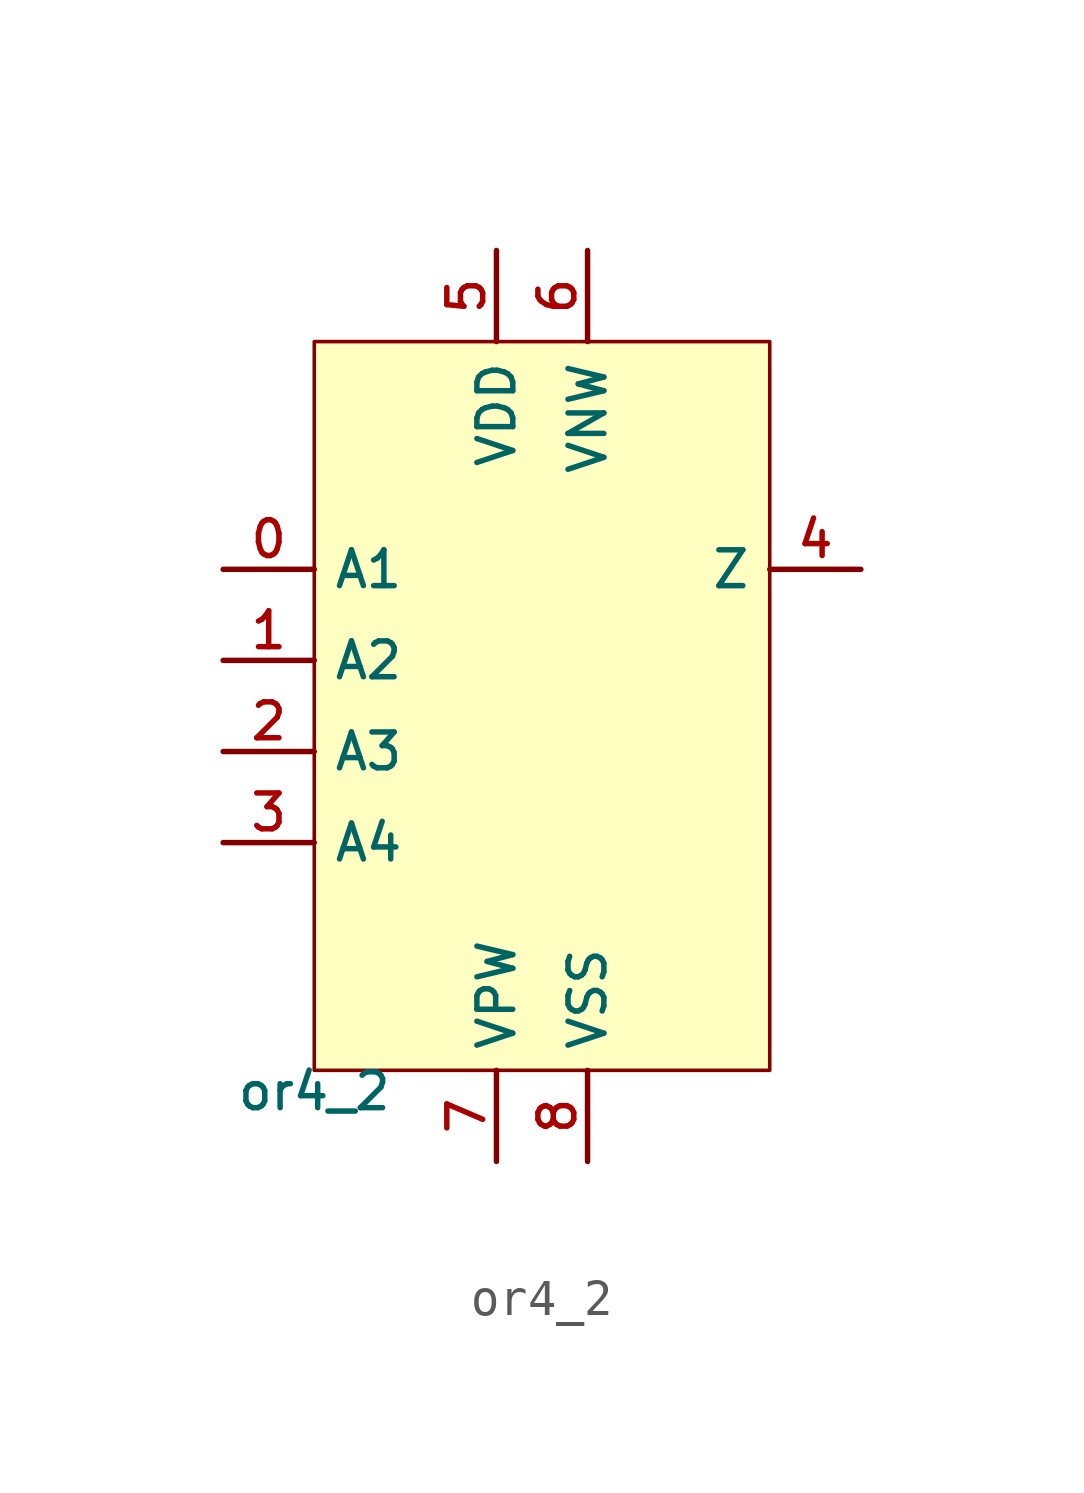
<source format=kicad_sym>
(kicad_symbol_lib
  (version 20211014)
  (generator pdk2kicad)
  (symbol "or4_2"
    (property "Reference" "X"
      (at 0 0 0)
      (effects (font (size 1 1)) hide))
    (property "Value" "or4_2"
      (at -6.35 -10.16 0)
      (effects (font (size 1 1)) (justify top)))
    (rectangle
      (start -6.35 -10.16)
      (end 6.35 10.16)
      (stroke (width 0.1) (type solid) (color 0 0 0 0))
      (fill (type background)))
    (pin input line
      (at -8.89 3.81 0)
      (length 2.54)
      (name "A1" (effects (font (size 1 1)) hide))
      (number "0" (effects (font (size 1 1)) hide)))
    (pin input line
      (at -8.89 1.27 0)
      (length 2.54)
      (name "A2" (effects (font (size 1 1)) hide))
      (number "1" (effects (font (size 1 1)) hide)))
    (pin input line
      (at -8.89 -1.27 0)
      (length 2.54)
      (name "A3" (effects (font (size 1 1)) hide))
      (number "2" (effects (font (size 1 1)) hide)))
    (pin input line
      (at -8.89 -3.81 0)
      (length 2.54)
      (name "A4" (effects (font (size 1 1)) hide))
      (number "3" (effects (font (size 1 1)) hide)))
    (pin output line
      (at 8.89 3.81 180)
      (length 2.54)
      (name "Z" (effects (font (size 1 1)) hide))
      (number "4" (effects (font (size 1 1)) hide)))
    (pin power_in line
      (at -1.27 12.7 270)
      (length 2.54)
      (name "VDD" (effects (font (size 1 1)) hide))
      (number "5" (effects (font (size 1 1)) hide)))
    (pin power_in line
      (at 1.27 12.7 270)
      (length 2.54)
      (name "VNW" (effects (font (size 1 1)) hide))
      (number "6" (effects (font (size 1 1)) hide)))
    (pin power_in line
      (at -1.27 -12.7 90)
      (length 2.54)
      (name "VPW" (effects (font (size 1 1)) hide))
      (number "7" (effects (font (size 1 1)) hide)))
    (pin power_in line
      (at 1.27 -12.7 90)
      (length 2.54)
      (name "VSS" (effects (font (size 1 1)) hide))
      (number "8" (effects (font (size 1 1)) hide)))))
</source>
